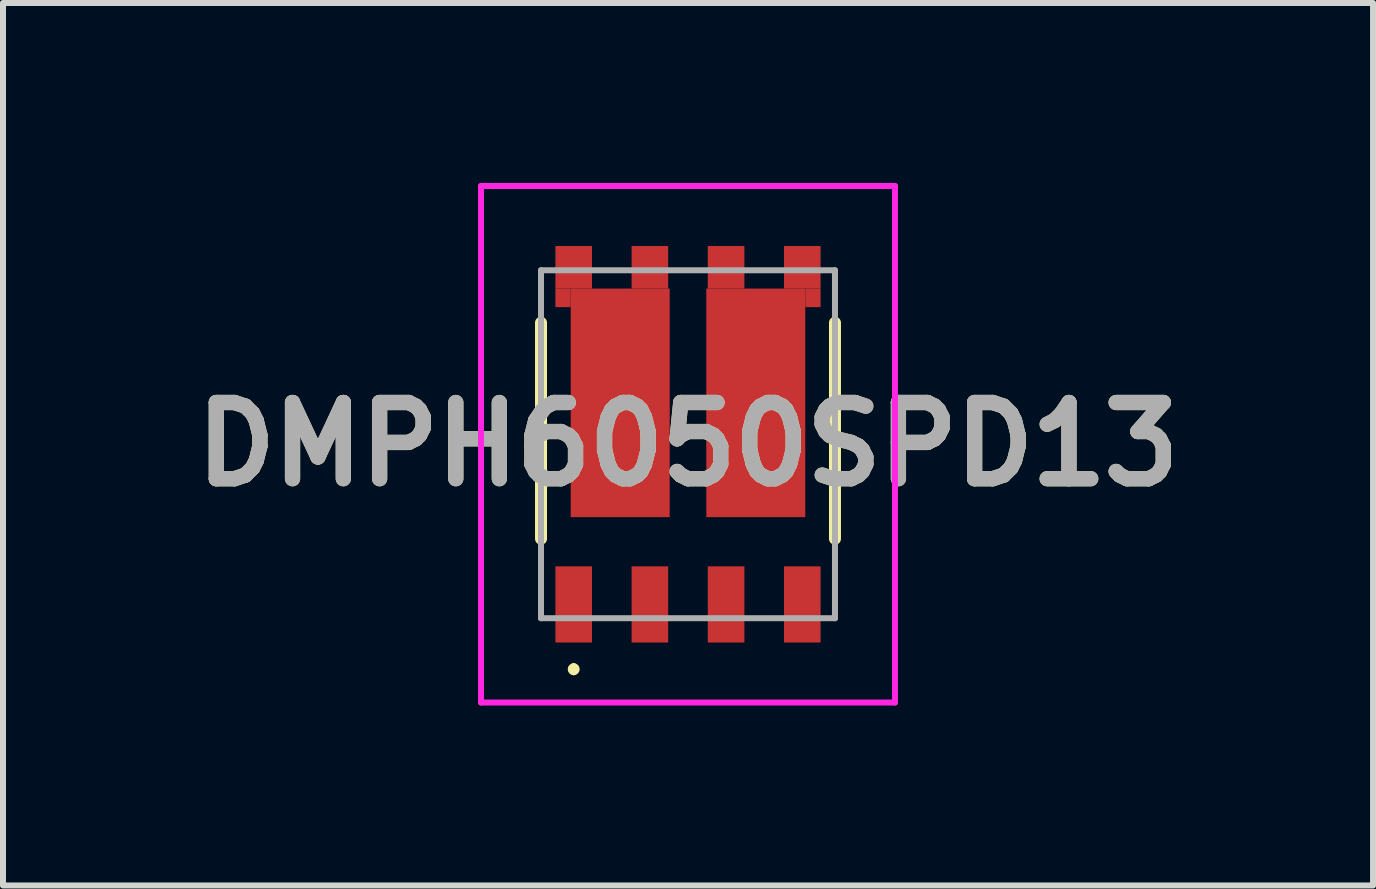
<source format=kicad_pcb>
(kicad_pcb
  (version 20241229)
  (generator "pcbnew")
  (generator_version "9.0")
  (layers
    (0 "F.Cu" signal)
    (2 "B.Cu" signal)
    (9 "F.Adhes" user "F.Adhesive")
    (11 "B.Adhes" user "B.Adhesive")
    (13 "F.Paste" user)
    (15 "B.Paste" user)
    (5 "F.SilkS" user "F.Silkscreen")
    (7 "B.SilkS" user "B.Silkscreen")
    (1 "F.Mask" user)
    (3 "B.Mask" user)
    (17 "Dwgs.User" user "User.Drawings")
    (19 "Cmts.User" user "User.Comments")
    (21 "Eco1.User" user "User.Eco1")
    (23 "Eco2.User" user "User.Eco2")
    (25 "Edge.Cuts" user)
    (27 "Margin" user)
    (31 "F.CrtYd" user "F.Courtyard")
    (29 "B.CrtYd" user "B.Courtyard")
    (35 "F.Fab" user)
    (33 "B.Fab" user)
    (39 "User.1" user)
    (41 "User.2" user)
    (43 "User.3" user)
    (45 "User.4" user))
  (footprint "DMPH6050SPD13"
    (layer "F.Cu")
    (at 8.418 4.355)
    (property "Reference" "DMPH6050SPD13" (at 0 0 0) (layer "F.SilkS") (effects (font (size 1.27 1.27) (thickness 0.254))))
    (attr smd)
    (fp_line (start -2.45 -2.025) (end -2.45 1.575) (stroke (width 0.2) (type solid)) (layer "F.SilkS"))
    (fp_line (start -1.905 3.7) (end -1.905 3.7) (stroke (width 0.1) (type solid)) (layer "F.SilkS"))
    (fp_line (start -1.905 3.8) (end -1.905 3.8) (stroke (width 0.1) (type solid)) (layer "F.SilkS"))
    (fp_line (start 2.45 -2.025) (end 2.45 1.575) (stroke (width 0.2) (type solid)) (layer "F.SilkS"))
    (fp_arc (start -1.905 3.7) (mid -1.855 3.75) (end -1.905 3.8) (stroke (width 0.1) (type solid)) (layer "F.SilkS"))
    (fp_arc (start -1.905 3.8) (mid -1.955 3.75) (end -1.905 3.7) (stroke (width 0.1) (type solid)) (layer "F.SilkS"))
    (fp_line (start -3.45 -4.305) (end 3.45 -4.305) (stroke (width 0.1) (type solid)) (layer "F.CrtYd"))
    (fp_line (start -3.45 4.305) (end -3.45 -4.305) (stroke (width 0.1) (type solid)) (layer "F.CrtYd"))
    (fp_line (start 3.45 -4.305) (end 3.45 4.305) (stroke (width 0.1) (type solid)) (layer "F.CrtYd"))
    (fp_line (start 3.45 4.305) (end -3.45 4.305) (stroke (width 0.1) (type solid)) (layer "F.CrtYd"))
    (fp_line (start -2.45 -2.9) (end 2.45 -2.9) (stroke (width 0.1) (type solid)) (layer "F.Fab"))
    (fp_line (start -2.45 2.9) (end -2.45 -2.9) (stroke (width 0.1) (type solid)) (layer "F.Fab"))
    (fp_line (start 2.45 -2.9) (end 2.45 2.9) (stroke (width 0.1) (type solid)) (layer "F.Fab"))
    (fp_line (start 2.45 2.9) (end -2.45 2.9) (stroke (width 0.1) (type solid)) (layer "F.Fab"))
    (fp_text user "${REFERENCE}" (at 0 0 0) (layer "F.Fab") (effects (font (size 1.27 1.27) (thickness 0.254))))
    (pad "1" smd rect (at -1.905 2.67) (size 0.61 1.27) (layers "F.Cu" "F.Mask" "F.Paste"))
    (pad "2" smd rect (at -0.635 2.67) (size 0.61 1.27) (layers "F.Cu" "F.Mask" "F.Paste"))
    (pad "3" smd rect (at 0.635 2.67) (size 0.61 1.27) (layers "F.Cu" "F.Mask" "F.Paste"))
    (pad "4" smd rect (at 1.905 2.67) (size 0.61 1.27) (layers "F.Cu" "F.Mask" "F.Paste"))
    (pad "5" smd rect (at 1.905 -2.95) (size 0.61 0.71) (layers "F.Cu" "F.Mask" "F.Paste"))
    (pad "6" smd rect (at 0.635 -2.95) (size 0.61 0.71) (layers "F.Cu" "F.Mask" "F.Paste"))
    (pad "7" smd rect (at -0.635 -2.95) (size 0.61 0.71) (layers "F.Cu" "F.Mask" "F.Paste"))
    (pad "8" smd rect (at -1.905 -2.95) (size 0.61 0.71) (layers "F.Cu" "F.Mask" "F.Paste"))
    (pad "9" smd rect (at 1.13 -0.69) (size 1.65 3.81) (layers "F.Cu" "F.Mask" "F.Paste"))
    (pad "10" smd rect (at -1.13 -0.69) (size 1.65 3.81) (layers "F.Cu" "F.Mask" "F.Paste"))
    (pad "11" smd rect (at 2.083 -2.44) (size 0.255 0.31) (layers "F.Cu" "F.Mask" "F.Paste"))
    (pad "12" smd rect (at -2.083 -2.44) (size 0.255 0.31) (layers "F.Cu" "F.Mask" "F.Paste")))
  (gr_rect
    (start -3 -3)
    (end 19.837 11.71)
    (stroke (width 0.1) (type default))
    (fill no)
    (layer "Edge.Cuts")))
</source>
